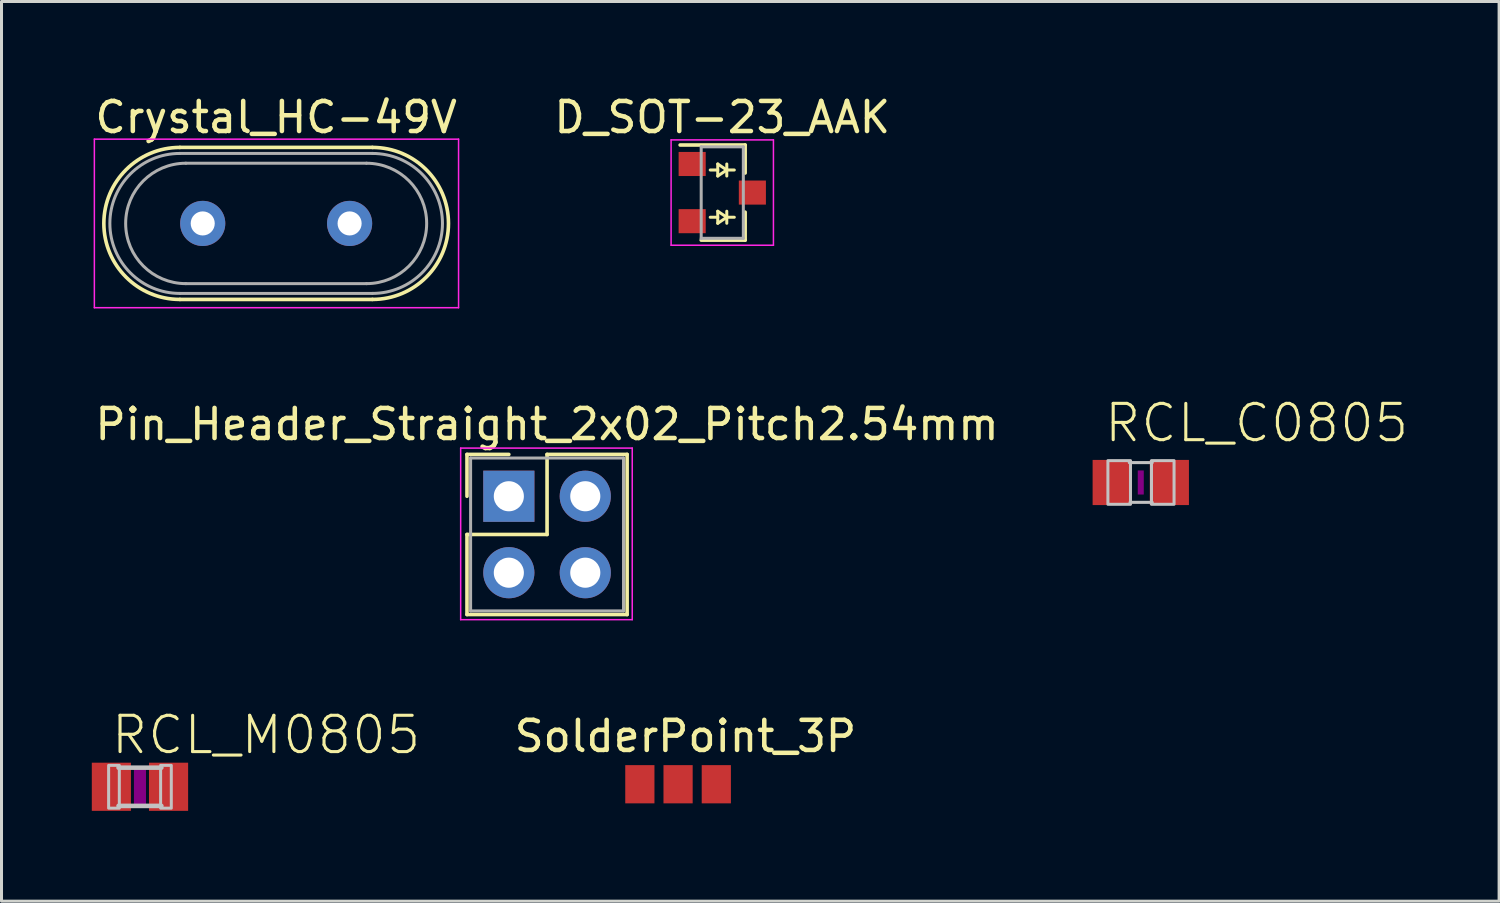
<source format=kicad_pcb>
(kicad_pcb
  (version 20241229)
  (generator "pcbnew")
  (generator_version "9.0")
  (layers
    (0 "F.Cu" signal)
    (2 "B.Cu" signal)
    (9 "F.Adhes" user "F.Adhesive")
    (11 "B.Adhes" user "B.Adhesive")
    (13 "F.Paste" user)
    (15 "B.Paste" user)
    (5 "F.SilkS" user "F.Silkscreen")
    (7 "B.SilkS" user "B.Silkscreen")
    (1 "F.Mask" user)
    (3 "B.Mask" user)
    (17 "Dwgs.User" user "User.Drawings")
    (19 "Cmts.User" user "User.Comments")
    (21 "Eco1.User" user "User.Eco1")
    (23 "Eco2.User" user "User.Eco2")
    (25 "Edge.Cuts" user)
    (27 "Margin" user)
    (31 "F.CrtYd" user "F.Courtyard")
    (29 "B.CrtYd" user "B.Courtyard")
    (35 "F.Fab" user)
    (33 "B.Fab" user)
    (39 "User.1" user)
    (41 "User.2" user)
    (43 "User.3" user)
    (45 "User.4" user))
  (footprint "D_SOT-23_AAK"
    (layer "F.Cu")
    (at 20.946 3.348)
    (property "Reference" "D_SOT-23_AAK" (at 0 -2.5 0) (layer "F.SilkS") (effects (font (size 1 1) (thickness 0.15))))
    (attr smd)
    (fp_line (start -0.15 -0.95) (end -0.15 -0.55) (stroke (width 0.1) (type solid)) (layer "F.SilkS"))
    (fp_line (start -0.15 -0.75) (end -0.4 -0.75) (stroke (width 0.1) (type solid)) (layer "F.SilkS"))
    (fp_line (start -0.15 -0.55) (end 0.15 -0.75) (stroke (width 0.1) (type solid)) (layer "F.SilkS"))
    (fp_line (start -0.15 0.62) (end -0.15 1.02) (stroke (width 0.1) (type solid)) (layer "F.SilkS"))
    (fp_line (start -0.15 0.82) (end -0.4 0.82) (stroke (width 0.1) (type solid)) (layer "F.SilkS"))
    (fp_line (start -0.15 1.02) (end 0.15 0.82) (stroke (width 0.1) (type solid)) (layer "F.SilkS"))
    (fp_line (start 0.15 -0.95) (end 0.15 -0.55) (stroke (width 0.1) (type solid)) (layer "F.SilkS"))
    (fp_line (start 0.15 -0.75) (end -0.15 -0.95) (stroke (width 0.1) (type solid)) (layer "F.SilkS"))
    (fp_line (start 0.15 -0.75) (end 0.4 -0.75) (stroke (width 0.1) (type solid)) (layer "F.SilkS"))
    (fp_line (start 0.15 0.62) (end 0.15 1.02) (stroke (width 0.1) (type solid)) (layer "F.SilkS"))
    (fp_line (start 0.15 0.82) (end -0.15 0.62) (stroke (width 0.1) (type solid)) (layer "F.SilkS"))
    (fp_line (start 0.15 0.82) (end 0.4 0.82) (stroke (width 0.1) (type solid)) (layer "F.SilkS"))
    (fp_line (start 0.76 -1.58) (end -1.4 -1.58) (stroke (width 0.12) (type solid)) (layer "F.SilkS"))
    (fp_line (start 0.76 -1.58) (end 0.76 -0.65) (stroke (width 0.12) (type solid)) (layer "F.SilkS"))
    (fp_line (start 0.76 1.58) (end -0.7 1.58) (stroke (width 0.12) (type solid)) (layer "F.SilkS"))
    (fp_line (start 0.76 1.58) (end 0.76 0.65) (stroke (width 0.12) (type solid)) (layer "F.SilkS"))
    (fp_line (start -1.7 -1.75) (end 1.7 -1.75) (stroke (width 0.05) (type solid)) (layer "F.CrtYd"))
    (fp_line (start -1.7 1.75) (end -1.7 -1.75) (stroke (width 0.05) (type solid)) (layer "F.CrtYd"))
    (fp_line (start 1.7 -1.75) (end 1.7 1.75) (stroke (width 0.05) (type solid)) (layer "F.CrtYd"))
    (fp_line (start 1.7 1.75) (end -1.7 1.75) (stroke (width 0.05) (type solid)) (layer "F.CrtYd"))
    (fp_line (start -0.7 -1.52) (end -0.7 1.52) (stroke (width 0.1) (type solid)) (layer "F.Fab"))
    (fp_line (start -0.7 -1.52) (end 0.7 -1.52) (stroke (width 0.1) (type solid)) (layer "F.Fab"))
    (fp_line (start -0.7 1.52) (end 0.7 1.52) (stroke (width 0.1) (type solid)) (layer "F.Fab"))
    (fp_line (start 0.7 -1.52) (end 0.7 1.52) (stroke (width 0.1) (type solid)) (layer "F.Fab"))
    (pad "1" smd rect (at -1 0.95) (size 0.9 0.8) (layers "F.Cu" "F.Mask" "F.Paste"))
    (pad "2" smd rect (at -1 -0.95) (size 0.9 0.8) (layers "F.Cu" "F.Mask" "F.Paste"))
    (pad "3" smd rect (at 1 0) (size 0.9 0.8) (layers "F.Cu" "F.Mask" "F.Paste")))
  (footprint "Crystal_HC-49V"
    (layer "F.Cu")
    (at 3.685 4.373)
    (property "Reference" "Crystal_HC-49V" (at 2.44 -3.525 0) (layer "F.SilkS") (effects (font (size 1 1) (thickness 0.15))))
    (attr through_hole)
    (fp_line (start -0.76 -2.525) (end 5.64 -2.525) (stroke (width 0.12) (type solid)) (layer "F.SilkS"))
    (fp_line (start -0.76 2.525) (end 5.64 2.525) (stroke (width 0.12) (type solid)) (layer "F.SilkS"))
    (fp_arc (start -0.76 2.525) (mid -3.285 0) (end -0.76 -2.525) (stroke (width 0.12) (type solid)) (layer "F.SilkS"))
    (fp_arc (start 5.64 -2.525) (mid 8.165 0) (end 5.64 2.525) (stroke (width 0.12) (type solid)) (layer "F.SilkS"))
    (fp_line (start -3.6 -2.8) (end -3.6 2.8) (stroke (width 0.05) (type solid)) (layer "F.CrtYd"))
    (fp_line (start -3.6 2.8) (end 8.5 2.8) (stroke (width 0.05) (type solid)) (layer "F.CrtYd"))
    (fp_line (start 8.5 -2.8) (end -3.6 -2.8) (stroke (width 0.05) (type solid)) (layer "F.CrtYd"))
    (fp_line (start 8.5 2.8) (end 8.5 -2.8) (stroke (width 0.05) (type solid)) (layer "F.CrtYd"))
    (fp_line (start -0.76 -2.325) (end 5.64 -2.325) (stroke (width 0.1) (type solid)) (layer "F.Fab"))
    (fp_line (start -0.76 2.325) (end 5.64 2.325) (stroke (width 0.1) (type solid)) (layer "F.Fab"))
    (fp_line (start -0.56 -2) (end 5.44 -2) (stroke (width 0.1) (type solid)) (layer "F.Fab"))
    (fp_line (start -0.56 2) (end 5.44 2) (stroke (width 0.1) (type solid)) (layer "F.Fab"))
    (fp_arc (start -0.76 2.325) (mid -3.085 0) (end -0.76 -2.325) (stroke (width 0.1) (type solid)) (layer "F.Fab"))
    (fp_arc (start -0.56 2) (mid -2.56 0) (end -0.56 -2) (stroke (width 0.1) (type solid)) (layer "F.Fab"))
    (fp_arc (start 5.44 -2) (mid 7.44 0) (end 5.44 2) (stroke (width 0.1) (type solid)) (layer "F.Fab"))
    (fp_arc (start 5.64 -2.325) (mid 7.965 0) (end 5.64 2.325) (stroke (width 0.1) (type solid)) (layer "F.Fab"))
    (pad "1" thru_hole circle (at 0 0) (size 1.5 1.5) (drill 0.8) (layers "*.Cu" "*.Mask"))
    (pad "2" thru_hole circle (at 4.88 0) (size 1.5 1.5) (drill 0.8) (layers "*.Cu" "*.Mask")))
  (footprint "RCL_C0805"
    (layer "F.Cu")
    (at 34.85 12.98)
    (property "Reference" "RCL_C0805" (at -1.27 -1.27 0) (layer "F.SilkS") (effects (font (size 1.206 1.206) (thickness 0.102)) (justify left bottom)))
    (attr through_hole)
    (fp_poly (pts (xy -0.1 0.4) (xy 0.1 0.4) (xy 0.1 -0.4) (xy -0.1 -0.4)) (stroke (width 0) (type solid)) (fill yes) (layer "F.Adhes"))
    (fp_line (start -0.381 -0.66) (end 0.381 -0.66) (stroke (width 0.102) (type solid)) (layer "Dwgs.User"))
    (fp_line (start -0.356 0.66) (end 0.381 0.66) (stroke (width 0.102) (type solid)) (layer "Dwgs.User"))
    (fp_poly (pts (xy -1.092 0.724) (xy -0.342 0.724) (xy -0.342 -0.726) (xy -1.092 -0.726)) (stroke (width 0.1) (type solid)) (fill no) (layer "Dwgs.User"))
    (fp_poly (pts (xy 0.356 0.724) (xy 1.106 0.724) (xy 1.106 -0.726) (xy 0.356 -0.726)) (stroke (width 0.1) (type solid)) (fill no) (layer "Dwgs.User"))
    (pad "1" smd rect (at -0.95 0.000063) (size 1.3 1.5) (layers "F.Cu" "F.Mask" "F.Paste"))
    (pad "2" smd rect (at 0.95 0.000063) (size 1.3 1.5) (layers "F.Cu" "F.Mask" "F.Paste")))
  (footprint "Pin_Header_Straight_2x02_Pitch2.54mm"
    (layer "F.Cu")
    (at 13.855 13.437)
    (property "Reference" "Pin_Header_Straight_2x02_Pitch2.54mm" (at 1.27 -2.39 0) (layer "F.SilkS") (effects (font (size 1 1) (thickness 0.15))))
    (attr through_hole)
    (fp_line (start -1.39 -1.39) (end 0 -1.39) (stroke (width 0.12) (type solid)) (layer "F.SilkS"))
    (fp_line (start -1.39 0) (end -1.39 -1.39) (stroke (width 0.12) (type solid)) (layer "F.SilkS"))
    (fp_line (start -1.39 1.27) (end -1.39 3.93) (stroke (width 0.12) (type solid)) (layer "F.SilkS"))
    (fp_line (start -1.39 3.93) (end 3.93 3.93) (stroke (width 0.12) (type solid)) (layer "F.SilkS"))
    (fp_line (start 1.27 -1.39) (end 1.27 1.27) (stroke (width 0.12) (type solid)) (layer "F.SilkS"))
    (fp_line (start 1.27 1.27) (end -1.39 1.27) (stroke (width 0.12) (type solid)) (layer "F.SilkS"))
    (fp_line (start 3.93 -1.39) (end 1.27 -1.39) (stroke (width 0.12) (type solid)) (layer "F.SilkS"))
    (fp_line (start 3.93 3.93) (end 3.93 -1.39) (stroke (width 0.12) (type solid)) (layer "F.SilkS"))
    (fp_line (start -1.6 -1.6) (end -1.6 4.1) (stroke (width 0.05) (type solid)) (layer "F.CrtYd"))
    (fp_line (start -1.6 4.1) (end 4.1 4.1) (stroke (width 0.05) (type solid)) (layer "F.CrtYd"))
    (fp_line (start 4.1 -1.6) (end -1.6 -1.6) (stroke (width 0.05) (type solid)) (layer "F.CrtYd"))
    (fp_line (start 4.1 4.1) (end 4.1 -1.6) (stroke (width 0.05) (type solid)) (layer "F.CrtYd"))
    (fp_line (start -1.27 -1.27) (end -1.27 3.81) (stroke (width 0.1) (type solid)) (layer "F.Fab"))
    (fp_line (start -1.27 3.81) (end 3.81 3.81) (stroke (width 0.1) (type solid)) (layer "F.Fab"))
    (fp_line (start 3.81 -1.27) (end -1.27 -1.27) (stroke (width 0.1) (type solid)) (layer "F.Fab"))
    (fp_line (start 3.81 3.81) (end 3.81 -1.27) (stroke (width 0.1) (type solid)) (layer "F.Fab"))
    (pad "1" thru_hole rect (at 0 0) (size 1.7 1.7) (drill 1) (layers "*.Cu" "*.Mask"))
    (pad "2" thru_hole oval (at 2.54 0) (size 1.7 1.7) (drill 1) (layers "*.Cu" "*.Mask"))
    (pad "3" thru_hole oval (at 0 2.54) (size 1.7 1.7) (drill 1) (layers "*.Cu" "*.Mask"))
    (pad "4" thru_hole oval (at 2.54 2.54) (size 1.7 1.7) (drill 1) (layers "*.Cu" "*.Mask")))
  (footprint "SolderPoint_3P"
    (layer "F.Cu")
    (at 18.199 23.061)
    (property "Reference" "SolderPoint_3P" (at 1.524 -1.651 180) (layer "F.SilkS") (effects (font (size 1 1) (thickness 0.15))))
    (attr smd)
    (pad "1" smd rect (at 0.009 -0.056 90) (size 1.27 0.97) (layers "F.Cu" "F.Mask" "F.Paste"))
    (pad "2" smd rect (at 1.279 -0.056 90) (size 1.27 0.97) (layers "F.Cu" "F.Mask" "F.Paste"))
    (pad "3" smd rect (at 2.549 -0.056 90) (size 1.27 0.97) (layers "F.Cu" "F.Mask" "F.Paste")))
  (footprint "RCL_M0805"
    (layer "F.Cu")
    (at 1.6 23.089)
    (property "Reference" "RCL_M0805" (at -1.016 -1.016 0) (layer "F.SilkS") (effects (font (size 1.206 1.206) (thickness 0.102)) (justify left bottom)))
    (attr through_hole)
    (fp_poly (pts (xy -0.2 0.6) (xy 0.2 0.6) (xy 0.2 -0.6) (xy -0.2 -0.6)) (stroke (width 0) (type solid)) (fill yes) (layer "F.Adhes"))
    (fp_line (start 0.711 -0.635) (end -0.711 -0.635) (stroke (width 0.152) (type solid)) (layer "Dwgs.User"))
    (fp_line (start 0.711 0.635) (end -0.711 0.635) (stroke (width 0.152) (type solid)) (layer "Dwgs.User"))
    (fp_poly (pts (xy -1.041 0.711) (xy -0.686 0.711) (xy -0.686 -0.711) (xy -1.041 -0.711)) (stroke (width 0.1) (type solid)) (fill no) (layer "Dwgs.User"))
    (fp_poly (pts (xy 0.686 0.711) (xy 1.041 0.711) (xy 1.041 -0.711) (xy 0.686 -0.711)) (stroke (width 0.1) (type solid)) (fill no) (layer "Dwgs.User"))
    (pad "1" smd rect (at -0.95 0.000063) (size 1.3 1.6) (layers "F.Cu" "F.Mask" "F.Paste"))
    (pad "2" smd rect (at 0.95 0.000063) (size 1.3 1.6) (layers "F.Cu" "F.Mask" "F.Paste")))
  (gr_rect
    (start -3 -3)
    (end 46.755 26.889)
    (stroke (width 0.1) (type default))
    (fill no)
    (layer "Edge.Cuts")))
</source>
